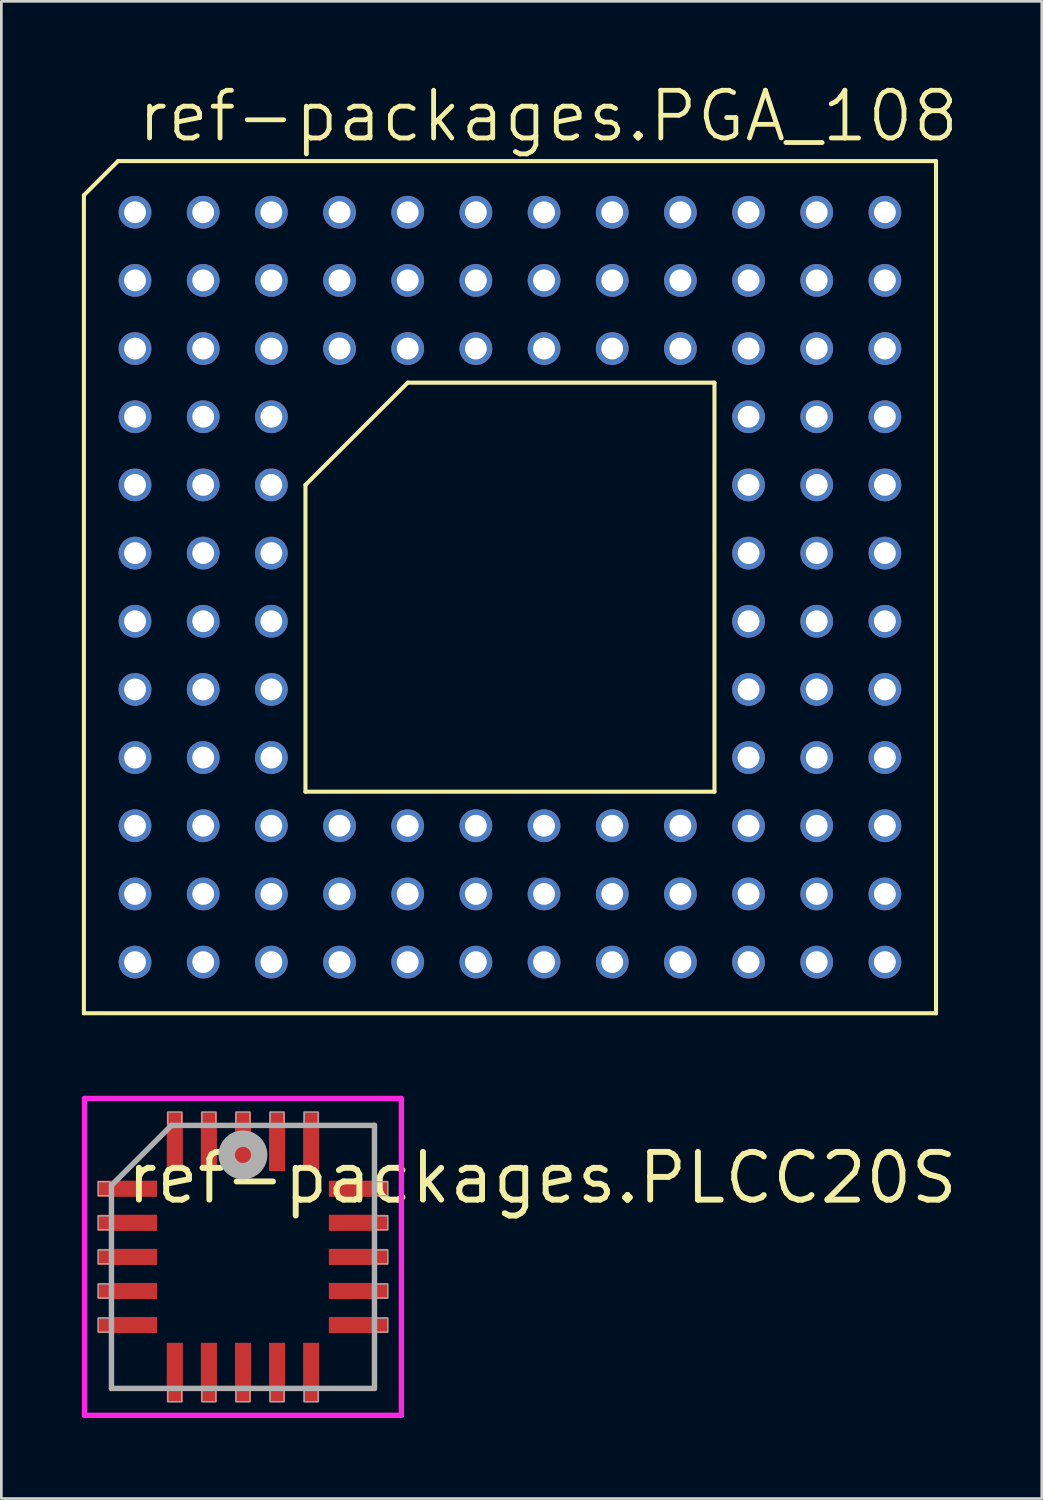
<source format=kicad_pcb>
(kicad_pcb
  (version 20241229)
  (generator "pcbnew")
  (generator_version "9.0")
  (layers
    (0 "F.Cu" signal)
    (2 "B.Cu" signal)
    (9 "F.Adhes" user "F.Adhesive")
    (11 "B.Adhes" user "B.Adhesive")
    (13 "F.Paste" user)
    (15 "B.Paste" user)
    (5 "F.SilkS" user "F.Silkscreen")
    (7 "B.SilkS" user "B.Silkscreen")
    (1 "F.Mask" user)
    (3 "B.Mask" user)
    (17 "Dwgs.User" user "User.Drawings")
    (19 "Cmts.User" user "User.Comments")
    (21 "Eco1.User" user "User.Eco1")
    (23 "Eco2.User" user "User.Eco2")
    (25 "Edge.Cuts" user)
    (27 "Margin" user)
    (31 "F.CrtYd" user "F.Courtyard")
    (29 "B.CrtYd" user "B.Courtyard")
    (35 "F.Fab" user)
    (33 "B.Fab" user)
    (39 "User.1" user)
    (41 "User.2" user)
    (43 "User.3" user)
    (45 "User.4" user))
  (footprint "ref-packages.PLCC20S"
    (layer "F.Cu")
    (at 6.003 43.782)
    (property "Reference" "ref-packages.PLCC20S" (at -4.445 -1.905 0) (layer "F.SilkS") (effects (font (size 1.778 1.778) (thickness 0.22)) (justify left bottom)))
    (attr smd)
    (fp_line (start -5.903 -5.903) (end 5.903 -5.903) (stroke (width 0.2) (type default)) (layer "F.CrtYd"))
    (fp_line (start -5.903 5.903) (end -5.903 -5.903) (stroke (width 0.2) (type default)) (layer "F.CrtYd"))
    (fp_line (start 5.903 -5.903) (end 5.903 5.903) (stroke (width 0.2) (type default)) (layer "F.CrtYd"))
    (fp_line (start 5.903 5.903) (end -5.903 5.903) (stroke (width 0.2) (type default)) (layer "F.CrtYd"))
    (fp_line (start -4.9 -2.665) (end -4.9 4.9) (stroke (width 0.203) (type default)) (layer "F.Fab"))
    (fp_line (start -4.9 4.9) (end 4.9 4.9) (stroke (width 0.203) (type default)) (layer "F.Fab"))
    (fp_line (start -2.665 -4.9) (end -4.9 -2.665) (stroke (width 0.203) (type default)) (layer "F.Fab"))
    (fp_line (start 4.9 -4.9) (end -2.665 -4.9) (stroke (width 0.203) (type default)) (layer "F.Fab"))
    (fp_line (start 4.9 4.9) (end 4.9 -4.9) (stroke (width 0.203) (type default)) (layer "F.Fab"))
    (fp_rect (start -5.4 -2.28) (end -4.95 -2.8) (stroke (width 0.05) (type default)) (fill no) (layer "F.Fab"))
    (fp_rect (start -5.4 -1.01) (end -4.95 -1.53) (stroke (width 0.05) (type default)) (fill no) (layer "F.Fab"))
    (fp_rect (start -5.4 0.26) (end -4.95 -0.26) (stroke (width 0.05) (type default)) (fill no) (layer "F.Fab"))
    (fp_rect (start -5.4 1.53) (end -4.95 1.01) (stroke (width 0.05) (type default)) (fill no) (layer "F.Fab"))
    (fp_rect (start -5.4 2.8) (end -4.95 2.28) (stroke (width 0.05) (type default)) (fill no) (layer "F.Fab"))
    (fp_rect (start -2.8 -4.95) (end -2.28 -5.4) (stroke (width 0.05) (type default)) (fill no) (layer "F.Fab"))
    (fp_rect (start -2.8 5.4) (end -2.28 4.95) (stroke (width 0.05) (type default)) (fill no) (layer "F.Fab"))
    (fp_rect (start -1.53 -4.95) (end -1.01 -5.4) (stroke (width 0.05) (type default)) (fill no) (layer "F.Fab"))
    (fp_rect (start -1.53 5.4) (end -1.01 4.95) (stroke (width 0.05) (type default)) (fill no) (layer "F.Fab"))
    (fp_rect (start -0.26 -4.95) (end 0.26 -5.4) (stroke (width 0.05) (type default)) (fill no) (layer "F.Fab"))
    (fp_rect (start -0.26 5.4) (end 0.26 4.95) (stroke (width 0.05) (type default)) (fill no) (layer "F.Fab"))
    (fp_rect (start 1.01 -4.95) (end 1.53 -5.4) (stroke (width 0.05) (type default)) (fill no) (layer "F.Fab"))
    (fp_rect (start 1.01 5.4) (end 1.53 4.95) (stroke (width 0.05) (type default)) (fill no) (layer "F.Fab"))
    (fp_rect (start 2.28 -4.95) (end 2.8 -5.4) (stroke (width 0.05) (type default)) (fill no) (layer "F.Fab"))
    (fp_rect (start 2.28 5.4) (end 2.8 4.95) (stroke (width 0.05) (type default)) (fill no) (layer "F.Fab"))
    (fp_rect (start 4.95 -2.28) (end 5.4 -2.8) (stroke (width 0.05) (type default)) (fill no) (layer "F.Fab"))
    (fp_rect (start 4.95 -1.01) (end 5.4 -1.53) (stroke (width 0.05) (type default)) (fill no) (layer "F.Fab"))
    (fp_rect (start 4.95 0.26) (end 5.4 -0.26) (stroke (width 0.05) (type default)) (fill no) (layer "F.Fab"))
    (fp_rect (start 4.95 1.53) (end 5.4 1.01) (stroke (width 0.05) (type default)) (fill no) (layer "F.Fab"))
    (fp_rect (start 4.95 2.8) (end 5.4 2.28) (stroke (width 0.05) (type default)) (fill no) (layer "F.Fab"))
    (fp_circle (center 0 -3.8) (end 0.3 -3.8) (stroke (width 0.61) (type default)) (fill no) (layer "F.Fab"))
    (pad "1" smd roundrect (at 0 -4.3) (size 0.6 2.2) (layers "F.Cu" "F.Mask" "F.Paste") (roundrect_rratio 0.01))
    (pad "2" smd roundrect (at -1.27 -4.3) (size 0.6 2.2) (layers "F.Cu" "F.Mask" "F.Paste") (roundrect_rratio 0.01))
    (pad "3" smd roundrect (at -2.54 -4.3) (size 0.6 2.2) (layers "F.Cu" "F.Mask" "F.Paste") (roundrect_rratio 0.01))
    (pad "4" smd roundrect (at -4.3 -2.54) (size 2.2 0.6) (layers "F.Cu" "F.Mask" "F.Paste") (roundrect_rratio 0.01))
    (pad "5" smd roundrect (at -4.3 -1.27) (size 2.2 0.6) (layers "F.Cu" "F.Mask" "F.Paste") (roundrect_rratio 0.01))
    (pad "6" smd roundrect (at -4.3 0) (size 2.2 0.6) (layers "F.Cu" "F.Mask" "F.Paste") (roundrect_rratio 0.01))
    (pad "7" smd roundrect (at -4.3 1.27) (size 2.2 0.6) (layers "F.Cu" "F.Mask" "F.Paste") (roundrect_rratio 0.01))
    (pad "8" smd roundrect (at -4.3 2.54) (size 2.2 0.6) (layers "F.Cu" "F.Mask" "F.Paste") (roundrect_rratio 0.01))
    (pad "9" smd roundrect (at -2.54 4.3) (size 0.6 2.2) (layers "F.Cu" "F.Mask" "F.Paste") (roundrect_rratio 0.01))
    (pad "10" smd roundrect (at -1.27 4.3) (size 0.6 2.2) (layers "F.Cu" "F.Mask" "F.Paste") (roundrect_rratio 0.01))
    (pad "11" smd roundrect (at 0 4.3) (size 0.6 2.2) (layers "F.Cu" "F.Mask" "F.Paste") (roundrect_rratio 0.01))
    (pad "12" smd roundrect (at 1.27 4.3) (size 0.6 2.2) (layers "F.Cu" "F.Mask" "F.Paste") (roundrect_rratio 0.01))
    (pad "13" smd roundrect (at 2.54 4.3) (size 0.6 2.2) (layers "F.Cu" "F.Mask" "F.Paste") (roundrect_rratio 0.01))
    (pad "14" smd roundrect (at 4.3 2.54) (size 2.2 0.6) (layers "F.Cu" "F.Mask" "F.Paste") (roundrect_rratio 0.01))
    (pad "15" smd roundrect (at 4.3 1.27) (size 2.2 0.6) (layers "F.Cu" "F.Mask" "F.Paste") (roundrect_rratio 0.01))
    (pad "16" smd roundrect (at 4.3 0) (size 2.2 0.6) (layers "F.Cu" "F.Mask" "F.Paste") (roundrect_rratio 0.01))
    (pad "17" smd roundrect (at 4.3 -1.27) (size 2.2 0.6) (layers "F.Cu" "F.Mask" "F.Paste") (roundrect_rratio 0.01))
    (pad "18" smd roundrect (at 4.3 -2.54) (size 2.2 0.6) (layers "F.Cu" "F.Mask" "F.Paste") (roundrect_rratio 0.01))
    (pad "19" smd roundrect (at 2.54 -4.3) (size 0.6 2.2) (layers "F.Cu" "F.Mask" "F.Paste") (roundrect_rratio 0.01))
    (pad "20" smd roundrect (at 1.27 -4.3) (size 0.6 2.2) (layers "F.Cu" "F.Mask" "F.Paste") (roundrect_rratio 0.01)))
  (footprint "ref-packages.PGA_108"
    (layer "F.Cu")
    (at 15.951 18.828)
    (property "Reference" "ref-packages.PGA_108" (at -13.97 -16.51 0) (layer "F.SilkS") (effects (font (size 1.778 1.778) (thickness 0.18)) (justify left bottom)))
    (attr through_hole)
    (fp_line (start -15.875 -14.605) (end -14.605 -15.875) (stroke (width 0.152) (type default)) (layer "F.SilkS"))
    (fp_line (start -15.875 15.875) (end -15.875 -14.605) (stroke (width 0.152) (type default)) (layer "F.SilkS"))
    (fp_line (start -14.605 -15.875) (end 15.875 -15.875) (stroke (width 0.152) (type default)) (layer "F.SilkS"))
    (fp_line (start -7.62 -3.81) (end -7.62 7.62) (stroke (width 0.152) (type default)) (layer "F.SilkS"))
    (fp_line (start -3.81 -7.62) (end -7.62 -3.81) (stroke (width 0.152) (type default)) (layer "F.SilkS"))
    (fp_line (start 7.62 -7.62) (end -3.81 -7.62) (stroke (width 0.152) (type default)) (layer "F.SilkS"))
    (fp_line (start 7.62 7.62) (end -7.62 7.62) (stroke (width 0.152) (type default)) (layer "F.SilkS"))
    (fp_line (start 7.62 7.62) (end 7.62 -7.62) (stroke (width 0.152) (type default)) (layer "F.SilkS"))
    (fp_line (start 15.875 -15.875) (end 15.875 15.875) (stroke (width 0.152) (type default)) (layer "F.SilkS"))
    (fp_line (start 15.875 15.875) (end -15.875 15.875) (stroke (width 0.152) (type default)) (layer "F.SilkS"))
    (pad "A1" thru_hole circle (at -13.97 -13.97) (size 1.219 1.219) (drill 0.813) (layers "*.Cu" "*.Mask"))
    (pad "A2" thru_hole circle (at -11.43 -13.97) (size 1.219 1.219) (drill 0.813) (layers "*.Cu" "*.Mask"))
    (pad "A3" thru_hole circle (at -8.89 -13.97) (size 1.219 1.219) (drill 0.813) (layers "*.Cu" "*.Mask"))
    (pad "A4" thru_hole circle (at -6.35 -13.97) (size 1.219 1.219) (drill 0.813) (layers "*.Cu" "*.Mask"))
    (pad "A5" thru_hole circle (at -3.81 -13.97) (size 1.219 1.219) (drill 0.813) (layers "*.Cu" "*.Mask"))
    (pad "A6" thru_hole circle (at -1.27 -13.97) (size 1.219 1.219) (drill 0.813) (layers "*.Cu" "*.Mask"))
    (pad "A7" thru_hole circle (at 1.27 -13.97) (size 1.219 1.219) (drill 0.813) (layers "*.Cu" "*.Mask"))
    (pad "A8" thru_hole circle (at 3.81 -13.97) (size 1.219 1.219) (drill 0.813) (layers "*.Cu" "*.Mask"))
    (pad "A9" thru_hole circle (at 6.35 -13.97) (size 1.219 1.219) (drill 0.813) (layers "*.Cu" "*.Mask"))
    (pad "A10" thru_hole circle (at 8.89 -13.97) (size 1.219 1.219) (drill 0.813) (layers "*.Cu" "*.Mask"))
    (pad "A11" thru_hole circle (at 11.43 -13.97) (size 1.219 1.219) (drill 0.813) (layers "*.Cu" "*.Mask"))
    (pad "A12" thru_hole circle (at 13.97 -13.97) (size 1.219 1.219) (drill 0.813) (layers "*.Cu" "*.Mask"))
    (pad "B1" thru_hole circle (at -13.97 -11.43) (size 1.219 1.219) (drill 0.813) (layers "*.Cu" "*.Mask"))
    (pad "B2" thru_hole circle (at -11.43 -11.43) (size 1.219 1.219) (drill 0.813) (layers "*.Cu" "*.Mask"))
    (pad "B3" thru_hole circle (at -8.89 -11.43) (size 1.219 1.219) (drill 0.813) (layers "*.Cu" "*.Mask"))
    (pad "B4" thru_hole circle (at -6.35 -11.43) (size 1.219 1.219) (drill 0.813) (layers "*.Cu" "*.Mask"))
    (pad "B5" thru_hole circle (at -3.81 -11.43) (size 1.219 1.219) (drill 0.813) (layers "*.Cu" "*.Mask"))
    (pad "B6" thru_hole circle (at -1.27 -11.43) (size 1.219 1.219) (drill 0.813) (layers "*.Cu" "*.Mask"))
    (pad "B7" thru_hole circle (at 1.27 -11.43) (size 1.219 1.219) (drill 0.813) (layers "*.Cu" "*.Mask"))
    (pad "B8" thru_hole circle (at 3.81 -11.43) (size 1.219 1.219) (drill 0.813) (layers "*.Cu" "*.Mask"))
    (pad "B9" thru_hole circle (at 6.35 -11.43) (size 1.219 1.219) (drill 0.813) (layers "*.Cu" "*.Mask"))
    (pad "B10" thru_hole circle (at 8.89 -11.43) (size 1.219 1.219) (drill 0.813) (layers "*.Cu" "*.Mask"))
    (pad "B11" thru_hole circle (at 11.43 -11.43) (size 1.219 1.219) (drill 0.813) (layers "*.Cu" "*.Mask"))
    (pad "B12" thru_hole circle (at 13.97 -11.43) (size 1.219 1.219) (drill 0.813) (layers "*.Cu" "*.Mask"))
    (pad "C1" thru_hole circle (at -13.97 -8.89) (size 1.219 1.219) (drill 0.813) (layers "*.Cu" "*.Mask"))
    (pad "C2" thru_hole circle (at -11.43 -8.89) (size 1.219 1.219) (drill 0.813) (layers "*.Cu" "*.Mask"))
    (pad "C3" thru_hole circle (at -8.89 -8.89) (size 1.219 1.219) (drill 0.813) (layers "*.Cu" "*.Mask"))
    (pad "C4" thru_hole circle (at -6.35 -8.89) (size 1.219 1.219) (drill 0.813) (layers "*.Cu" "*.Mask"))
    (pad "C5" thru_hole circle (at -3.81 -8.89) (size 1.219 1.219) (drill 0.813) (layers "*.Cu" "*.Mask"))
    (pad "C6" thru_hole circle (at -1.27 -8.89) (size 1.219 1.219) (drill 0.813) (layers "*.Cu" "*.Mask"))
    (pad "C7" thru_hole circle (at 1.27 -8.89) (size 1.219 1.219) (drill 0.813) (layers "*.Cu" "*.Mask"))
    (pad "C8" thru_hole circle (at 3.81 -8.89) (size 1.219 1.219) (drill 0.813) (layers "*.Cu" "*.Mask"))
    (pad "C9" thru_hole circle (at 6.35 -8.89) (size 1.219 1.219) (drill 0.813) (layers "*.Cu" "*.Mask"))
    (pad "C10" thru_hole circle (at 8.89 -8.89) (size 1.219 1.219) (drill 0.813) (layers "*.Cu" "*.Mask"))
    (pad "C11" thru_hole circle (at 11.43 -8.89) (size 1.219 1.219) (drill 0.813) (layers "*.Cu" "*.Mask"))
    (pad "C12" thru_hole circle (at 13.97 -8.89) (size 1.219 1.219) (drill 0.813) (layers "*.Cu" "*.Mask"))
    (pad "D1" thru_hole circle (at -13.97 -6.35) (size 1.219 1.219) (drill 0.813) (layers "*.Cu" "*.Mask"))
    (pad "D2" thru_hole circle (at -11.43 -6.35) (size 1.219 1.219) (drill 0.813) (layers "*.Cu" "*.Mask"))
    (pad "D3" thru_hole circle (at -8.89 -6.35) (size 1.219 1.219) (drill 0.813) (layers "*.Cu" "*.Mask"))
    (pad "D10" thru_hole circle (at 8.89 -6.35) (size 1.219 1.219) (drill 0.813) (layers "*.Cu" "*.Mask"))
    (pad "D11" thru_hole circle (at 11.43 -6.35) (size 1.219 1.219) (drill 0.813) (layers "*.Cu" "*.Mask"))
    (pad "D12" thru_hole circle (at 13.97 -6.35) (size 1.219 1.219) (drill 0.813) (layers "*.Cu" "*.Mask"))
    (pad "E1" thru_hole circle (at -13.97 -3.81) (size 1.219 1.219) (drill 0.813) (layers "*.Cu" "*.Mask"))
    (pad "E2" thru_hole circle (at -11.43 -3.81) (size 1.219 1.219) (drill 0.813) (layers "*.Cu" "*.Mask"))
    (pad "E3" thru_hole circle (at -8.89 -3.81) (size 1.219 1.219) (drill 0.813) (layers "*.Cu" "*.Mask"))
    (pad "E10" thru_hole circle (at 8.89 -3.81) (size 1.219 1.219) (drill 0.813) (layers "*.Cu" "*.Mask"))
    (pad "E11" thru_hole circle (at 11.43 -3.81) (size 1.219 1.219) (drill 0.813) (layers "*.Cu" "*.Mask"))
    (pad "E12" thru_hole circle (at 13.97 -3.81) (size 1.219 1.219) (drill 0.813) (layers "*.Cu" "*.Mask"))
    (pad "F1" thru_hole circle (at -13.97 -1.27) (size 1.219 1.219) (drill 0.813) (layers "*.Cu" "*.Mask"))
    (pad "F2" thru_hole circle (at -11.43 -1.27) (size 1.219 1.219) (drill 0.813) (layers "*.Cu" "*.Mask"))
    (pad "F3" thru_hole circle (at -8.89 -1.27) (size 1.219 1.219) (drill 0.813) (layers "*.Cu" "*.Mask"))
    (pad "F10" thru_hole circle (at 8.89 -1.27) (size 1.219 1.219) (drill 0.813) (layers "*.Cu" "*.Mask"))
    (pad "F11" thru_hole circle (at 11.43 -1.27) (size 1.219 1.219) (drill 0.813) (layers "*.Cu" "*.Mask"))
    (pad "F12" thru_hole circle (at 13.97 -1.27) (size 1.219 1.219) (drill 0.813) (layers "*.Cu" "*.Mask"))
    (pad "G1" thru_hole circle (at -13.97 1.27) (size 1.219 1.219) (drill 0.813) (layers "*.Cu" "*.Mask"))
    (pad "G2" thru_hole circle (at -11.43 1.27) (size 1.219 1.219) (drill 0.813) (layers "*.Cu" "*.Mask"))
    (pad "G3" thru_hole circle (at -8.89 1.27) (size 1.219 1.219) (drill 0.813) (layers "*.Cu" "*.Mask"))
    (pad "G10" thru_hole circle (at 8.89 1.27) (size 1.219 1.219) (drill 0.813) (layers "*.Cu" "*.Mask"))
    (pad "G11" thru_hole circle (at 11.43 1.27) (size 1.219 1.219) (drill 0.813) (layers "*.Cu" "*.Mask"))
    (pad "G12" thru_hole circle (at 13.97 1.27) (size 1.219 1.219) (drill 0.813) (layers "*.Cu" "*.Mask"))
    (pad "H1" thru_hole circle (at -13.97 3.81) (size 1.219 1.219) (drill 0.813) (layers "*.Cu" "*.Mask"))
    (pad "H2" thru_hole circle (at -11.43 3.81) (size 1.219 1.219) (drill 0.813) (layers "*.Cu" "*.Mask"))
    (pad "H3" thru_hole circle (at -8.89 3.81) (size 1.219 1.219) (drill 0.813) (layers "*.Cu" "*.Mask"))
    (pad "H10" thru_hole circle (at 8.89 3.81) (size 1.219 1.219) (drill 0.813) (layers "*.Cu" "*.Mask"))
    (pad "H11" thru_hole circle (at 11.43 3.81) (size 1.219 1.219) (drill 0.813) (layers "*.Cu" "*.Mask"))
    (pad "H12" thru_hole circle (at 13.97 3.81) (size 1.219 1.219) (drill 0.813) (layers "*.Cu" "*.Mask"))
    (pad "J1" thru_hole circle (at -13.97 6.35) (size 1.219 1.219) (drill 0.813) (layers "*.Cu" "*.Mask"))
    (pad "J2" thru_hole circle (at -11.43 6.35) (size 1.219 1.219) (drill 0.813) (layers "*.Cu" "*.Mask"))
    (pad "J3" thru_hole circle (at -8.89 6.35) (size 1.219 1.219) (drill 0.813) (layers "*.Cu" "*.Mask"))
    (pad "J10" thru_hole circle (at 8.89 6.35) (size 1.219 1.219) (drill 0.813) (layers "*.Cu" "*.Mask"))
    (pad "J11" thru_hole circle (at 11.43 6.35) (size 1.219 1.219) (drill 0.813) (layers "*.Cu" "*.Mask"))
    (pad "J12" thru_hole circle (at 13.97 6.35) (size 1.219 1.219) (drill 0.813) (layers "*.Cu" "*.Mask"))
    (pad "K1" thru_hole circle (at -13.97 8.89) (size 1.219 1.219) (drill 0.813) (layers "*.Cu" "*.Mask"))
    (pad "K2" thru_hole circle (at -11.43 8.89) (size 1.219 1.219) (drill 0.813) (layers "*.Cu" "*.Mask"))
    (pad "K3" thru_hole circle (at -8.89 8.89) (size 1.219 1.219) (drill 0.813) (layers "*.Cu" "*.Mask"))
    (pad "K4" thru_hole circle (at -6.35 8.89) (size 1.219 1.219) (drill 0.813) (layers "*.Cu" "*.Mask"))
    (pad "K5" thru_hole circle (at -3.81 8.89) (size 1.219 1.219) (drill 0.813) (layers "*.Cu" "*.Mask"))
    (pad "K6" thru_hole circle (at -1.27 8.89) (size 1.219 1.219) (drill 0.813) (layers "*.Cu" "*.Mask"))
    (pad "K7" thru_hole circle (at 1.27 8.89) (size 1.219 1.219) (drill 0.813) (layers "*.Cu" "*.Mask"))
    (pad "K8" thru_hole circle (at 3.81 8.89) (size 1.219 1.219) (drill 0.813) (layers "*.Cu" "*.Mask"))
    (pad "K9" thru_hole circle (at 6.35 8.89) (size 1.219 1.219) (drill 0.813) (layers "*.Cu" "*.Mask"))
    (pad "K10" thru_hole circle (at 8.89 8.89) (size 1.219 1.219) (drill 0.813) (layers "*.Cu" "*.Mask"))
    (pad "K11" thru_hole circle (at 11.43 8.89) (size 1.219 1.219) (drill 0.813) (layers "*.Cu" "*.Mask"))
    (pad "K12" thru_hole circle (at 13.97 8.89) (size 1.219 1.219) (drill 0.813) (layers "*.Cu" "*.Mask"))
    (pad "L1" thru_hole circle (at -13.97 11.43) (size 1.219 1.219) (drill 0.813) (layers "*.Cu" "*.Mask"))
    (pad "L2" thru_hole circle (at -11.43 11.43) (size 1.219 1.219) (drill 0.813) (layers "*.Cu" "*.Mask"))
    (pad "L3" thru_hole circle (at -8.89 11.43) (size 1.219 1.219) (drill 0.813) (layers "*.Cu" "*.Mask"))
    (pad "L4" thru_hole circle (at -6.35 11.43) (size 1.219 1.219) (drill 0.813) (layers "*.Cu" "*.Mask"))
    (pad "L5" thru_hole circle (at -3.81 11.43) (size 1.219 1.219) (drill 0.813) (layers "*.Cu" "*.Mask"))
    (pad "L6" thru_hole circle (at -1.27 11.43) (size 1.219 1.219) (drill 0.813) (layers "*.Cu" "*.Mask"))
    (pad "L7" thru_hole circle (at 1.27 11.43) (size 1.219 1.219) (drill 0.813) (layers "*.Cu" "*.Mask"))
    (pad "L8" thru_hole circle (at 3.81 11.43) (size 1.219 1.219) (drill 0.813) (layers "*.Cu" "*.Mask"))
    (pad "L9" thru_hole circle (at 6.35 11.43) (size 1.219 1.219) (drill 0.813) (layers "*.Cu" "*.Mask"))
    (pad "L10" thru_hole circle (at 8.89 11.43) (size 1.219 1.219) (drill 0.813) (layers "*.Cu" "*.Mask"))
    (pad "L11" thru_hole circle (at 11.43 11.43) (size 1.219 1.219) (drill 0.813) (layers "*.Cu" "*.Mask"))
    (pad "L12" thru_hole circle (at 13.97 11.43) (size 1.219 1.219) (drill 0.813) (layers "*.Cu" "*.Mask"))
    (pad "M1" thru_hole circle (at -13.97 13.97) (size 1.219 1.219) (drill 0.813) (layers "*.Cu" "*.Mask"))
    (pad "M2" thru_hole circle (at -11.43 13.97) (size 1.219 1.219) (drill 0.813) (layers "*.Cu" "*.Mask"))
    (pad "M3" thru_hole circle (at -8.89 13.97) (size 1.219 1.219) (drill 0.813) (layers "*.Cu" "*.Mask"))
    (pad "M4" thru_hole circle (at -6.35 13.97) (size 1.219 1.219) (drill 0.813) (layers "*.Cu" "*.Mask"))
    (pad "M5" thru_hole circle (at -3.81 13.97) (size 1.219 1.219) (drill 0.813) (layers "*.Cu" "*.Mask"))
    (pad "M6" thru_hole circle (at -1.27 13.97) (size 1.219 1.219) (drill 0.813) (layers "*.Cu" "*.Mask"))
    (pad "M7" thru_hole circle (at 1.27 13.97) (size 1.219 1.219) (drill 0.813) (layers "*.Cu" "*.Mask"))
    (pad "M8" thru_hole circle (at 3.81 13.97) (size 1.219 1.219) (drill 0.813) (layers "*.Cu" "*.Mask"))
    (pad "M9" thru_hole circle (at 6.35 13.97) (size 1.219 1.219) (drill 0.813) (layers "*.Cu" "*.Mask"))
    (pad "M10" thru_hole circle (at 8.89 13.97) (size 1.219 1.219) (drill 0.813) (layers "*.Cu" "*.Mask"))
    (pad "M11" thru_hole circle (at 11.43 13.97) (size 1.219 1.219) (drill 0.813) (layers "*.Cu" "*.Mask"))
    (pad "M12" thru_hole circle (at 13.97 13.97) (size 1.219 1.219) (drill 0.813) (layers "*.Cu" "*.Mask")))
  (gr_rect
    (start -3 -3)
    (end 35.766 52.785)
    (stroke (width 0.1) (type default))
    (fill no)
    (layer "Edge.Cuts")))
</source>
